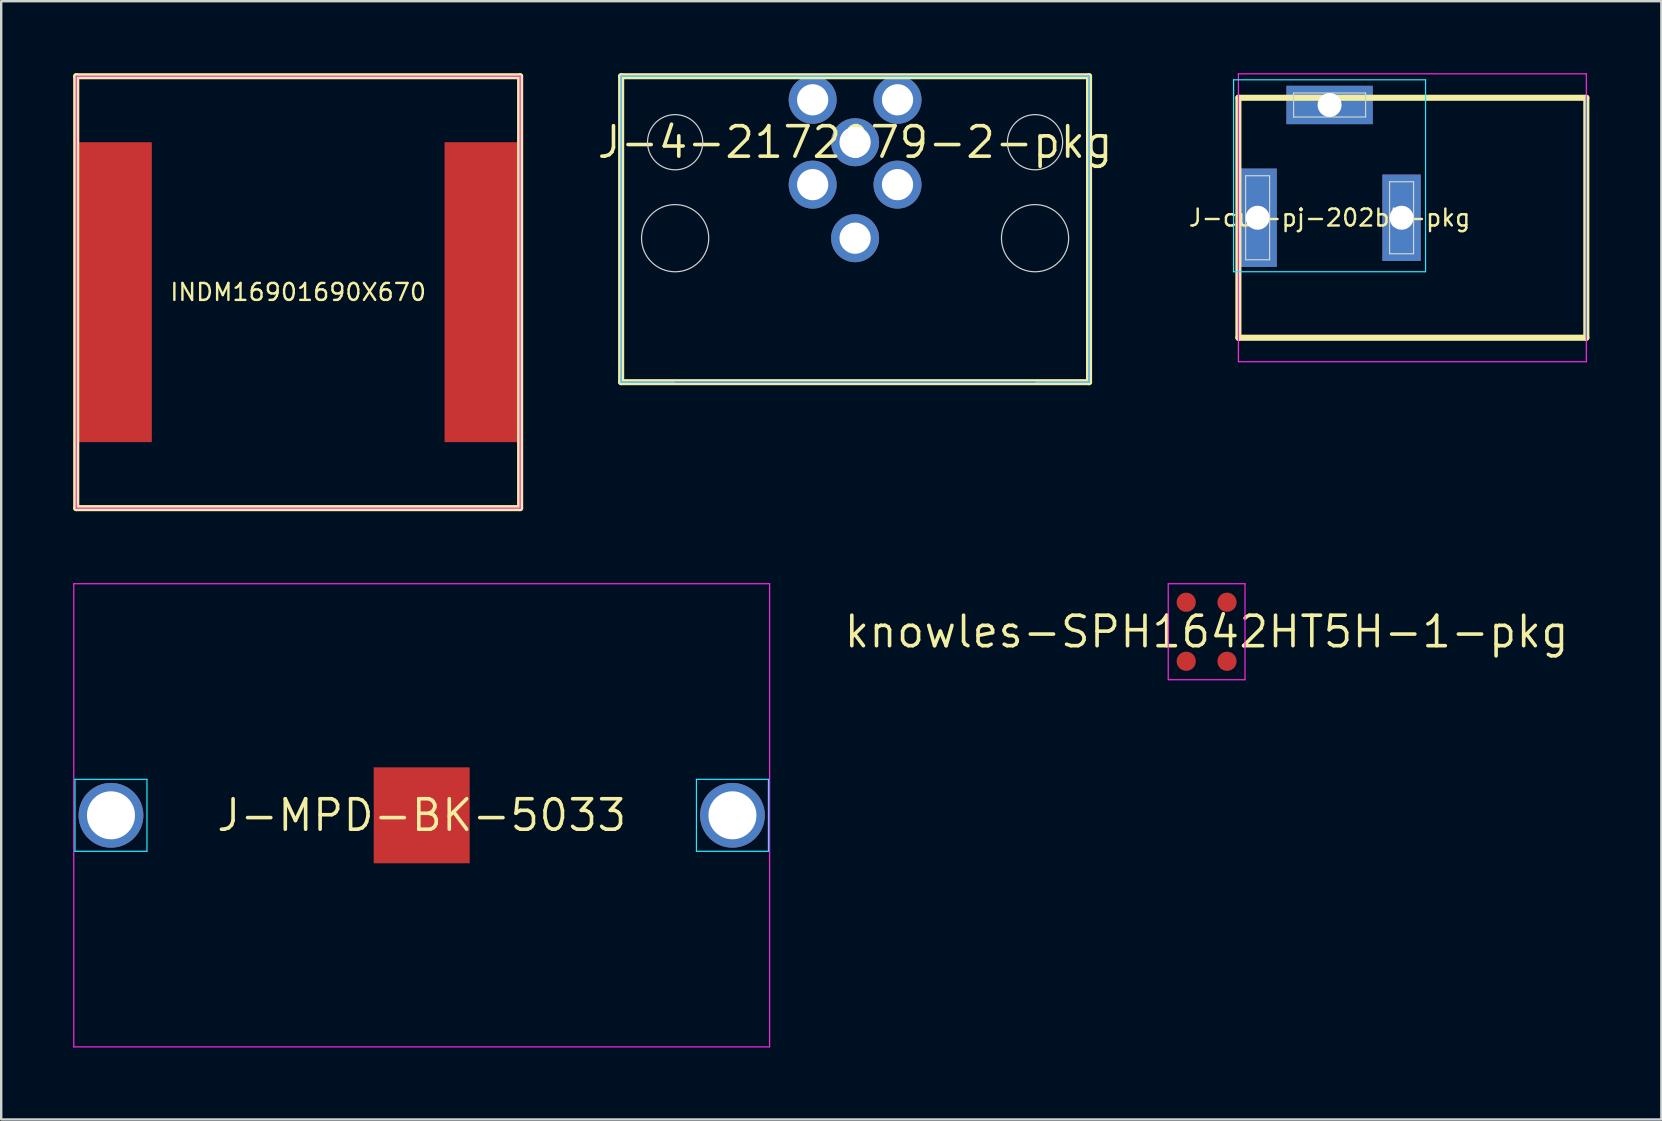
<source format=kicad_pcb>
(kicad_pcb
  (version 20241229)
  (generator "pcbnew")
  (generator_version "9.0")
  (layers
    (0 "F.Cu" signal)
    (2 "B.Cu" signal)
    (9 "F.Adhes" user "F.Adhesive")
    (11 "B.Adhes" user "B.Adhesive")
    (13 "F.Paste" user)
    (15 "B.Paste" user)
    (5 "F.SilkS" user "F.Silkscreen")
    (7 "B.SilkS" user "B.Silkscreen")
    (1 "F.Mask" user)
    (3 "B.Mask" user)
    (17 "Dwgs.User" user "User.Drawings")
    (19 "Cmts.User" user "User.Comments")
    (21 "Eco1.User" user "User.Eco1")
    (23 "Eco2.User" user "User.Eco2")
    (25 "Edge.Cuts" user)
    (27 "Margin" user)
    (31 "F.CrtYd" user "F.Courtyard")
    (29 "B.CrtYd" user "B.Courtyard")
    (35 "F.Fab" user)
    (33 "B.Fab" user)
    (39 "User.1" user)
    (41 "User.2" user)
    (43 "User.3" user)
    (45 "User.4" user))
  (footprint "INDM16901690X670"
    (layer "F.Cu")
    (at 9.377 9.127)
    (property "Reference" "INDM16901690X670" (at 0 0 0) (layer "F.SilkS") (effects (font (size 0.706 0.706) (thickness 0.1))))
    (attr through_hole)
    (fp_line (start -9.25 -9) (end -9.25 9) (stroke (width 0.254) (type solid)) (layer "F.SilkS"))
    (fp_line (start -9.25 9) (end 9.25 9) (stroke (width 0.254) (type solid)) (layer "F.SilkS"))
    (fp_line (start 9.25 -9) (end -9.25 -9) (stroke (width 0.254) (type solid)) (layer "F.SilkS"))
    (fp_line (start 9.25 9) (end 9.25 -9) (stroke (width 0.254) (type solid)) (layer "F.SilkS"))
    (fp_line (start -9.25 -9) (end -9.25 9) (stroke (width 0.05) (type solid)) (layer "F.CrtYd"))
    (fp_line (start -9.25 9) (end 9.25 9) (stroke (width 0.05) (type solid)) (layer "F.CrtYd"))
    (fp_line (start 9.25 -9) (end -9.25 -9) (stroke (width 0.05) (type solid)) (layer "F.CrtYd"))
    (fp_line (start 9.25 9) (end 9.25 -9) (stroke (width 0.05) (type solid)) (layer "F.CrtYd"))
    (pad "1" smd rect (at -7.675 0) (size 3.15 12.5) (layers "F.Cu" "F.Mask" "F.Paste"))
    (pad "2" smd rect (at 7.675 0) (size 3.15 12.5) (layers "F.Cu" "F.Mask" "F.Paste")))
  (footprint "J-4-2172079-2-pkg"
    (layer "F.Cu")
    (at 32.587 2.877)
    (property "Reference" "J-4-2172079-2-pkg" (at 0 0 0) (layer "F.SilkS") (effects (font (size 1.27 1.27) (thickness 0.15))))
    (attr through_hole)
    (fp_line (start -9.75 -2.75) (end -9.75 10) (stroke (width 0.254) (type solid)) (layer "F.SilkS"))
    (fp_line (start -9.75 10) (end 9.75 10) (stroke (width 0.254) (type solid)) (layer "F.SilkS"))
    (fp_line (start 9.75 -2.75) (end -9.75 -2.75) (stroke (width 0.254) (type solid)) (layer "F.SilkS"))
    (fp_line (start 9.75 10) (end 9.75 -2.75) (stroke (width 0.254) (type solid)) (layer "F.SilkS"))
    (fp_line (start -7.5 10) (end 7.5 10) (stroke (width 0.05) (type solid)) (layer "Cmts.User"))
    (fp_circle (center -7.5 0) (end -6.35 0) (stroke (width 0.05) (type solid)) (fill no) (layer "Edge.Cuts"))
    (fp_circle (center -7.5 4) (end -6.1 4) (stroke (width 0.05) (type solid)) (fill no) (layer "Edge.Cuts"))
    (fp_circle (center 7.5 0) (end 8.65 0) (stroke (width 0.05) (type solid)) (fill no) (layer "Edge.Cuts"))
    (fp_circle (center 7.5 4) (end 8.9 4) (stroke (width 0.05) (type solid)) (fill no) (layer "Edge.Cuts"))
    (fp_line (start -9.75 -2.75) (end -9.75 10) (stroke (width 0.05) (type solid)) (layer "B.CrtYd"))
    (fp_line (start -9.75 10) (end 9.75 10) (stroke (width 0.05) (type solid)) (layer "B.CrtYd"))
    (fp_line (start 9.75 -2.75) (end -9.75 -2.75) (stroke (width 0.05) (type solid)) (layer "B.CrtYd"))
    (fp_line (start 9.75 10) (end 9.75 -2.75) (stroke (width 0.05) (type solid)) (layer "B.CrtYd"))
    (fp_line (start -9.75 -2.75) (end -9.75 10) (stroke (width 0.05) (type solid)) (layer "F.CrtYd"))
    (fp_line (start -9.75 10) (end 9.75 10) (stroke (width 0.05) (type solid)) (layer "F.CrtYd"))
    (fp_line (start 9.75 -2.75) (end -9.75 -2.75) (stroke (width 0.05) (type solid)) (layer "F.CrtYd"))
    (fp_line (start 9.75 10) (end 9.75 -2.75) (stroke (width 0.05) (type solid)) (layer "F.CrtYd"))
    (pad "1" thru_hole circle (at -1.768 -1.768) (size 2 2) (drill 1.3) (layers "*.Cu" "*.Mask"))
    (pad "2" thru_hole circle (at 1.768 -1.768) (size 2 2) (drill 1.3) (layers "*.Cu" "*.Mask"))
    (pad "3" thru_hole circle (at 1.768 1.768) (size 2 2) (drill 1.3) (layers "*.Cu" "*.Mask"))
    (pad "4" thru_hole circle (at -1.768 1.768) (size 2 2) (drill 1.3) (layers "*.Cu" "*.Mask"))
    (pad "5" thru_hole circle (at 0 0) (size 2 2) (drill 1.3) (layers "*.Cu" "*.Mask"))
    (pad "6" thru_hole circle (at 0 4) (size 2 2) (drill 1.3) (layers "*.Cu" "*.Mask")))
  (footprint "knowles-SPH1642HT5H-1-pkg"
    (layer "F.Cu")
    (at 47.237 23.279)
    (property "Reference" "knowles-SPH1642HT5H-1-pkg" (at 0 0 0) (layer "F.SilkS") (effects (font (size 1.27 1.27) (thickness 0.15))))
    (attr through_hole)
    (fp_line (start -1.6 -2) (end -1.6 2) (stroke (width 0.05) (type solid)) (layer "F.CrtYd"))
    (fp_line (start -1.6 2) (end 1.6 2) (stroke (width 0.05) (type solid)) (layer "F.CrtYd"))
    (fp_line (start 1.6 -2) (end -1.6 -2) (stroke (width 0.05) (type solid)) (layer "F.CrtYd"))
    (fp_line (start 1.6 2) (end 1.6 -2) (stroke (width 0.05) (type solid)) (layer "F.CrtYd"))
    (pad "1" smd circle (at 0.85 -1.23) (size 0.8 0.8) (layers "F.Cu" "F.Mask" "F.Paste"))
    (pad "2" smd circle (at 0.85 1.23) (size 0.8 0.8) (layers "F.Cu" "F.Mask" "F.Paste"))
    (pad "3" smd circle (at -0.85 1.23) (size 0.8 0.8) (layers "F.Cu" "F.Mask" "F.Paste"))
    (pad "4" smd circle (at -0.85 -1.23) (size 0.8 0.8) (layers "F.Cu" "F.Mask" "F.Paste")))
  (footprint "J-cui-pj-202bh-pkg"
    (layer "F.Cu")
    (at 52.362 6.025)
    (property "Reference" "J-cui-pj-202bh-pkg" (at 0 0 0) (layer "F.SilkS") (effects (font (size 0.706 0.706) (thickness 0.1))))
    (attr through_hole)
    (fp_line (start -3.8 -5) (end -3.8 5) (stroke (width 0.254) (type solid)) (layer "F.SilkS"))
    (fp_line (start -3.8 5) (end 10.7 5) (stroke (width 0.254) (type solid)) (layer "F.SilkS"))
    (fp_line (start 10.7 -5) (end -3.8 -5) (stroke (width 0.254) (type solid)) (layer "F.SilkS"))
    (fp_line (start 10.7 5) (end 10.7 -5) (stroke (width 0.254) (type solid)) (layer "F.SilkS"))
    (fp_line (start 10.7 5) (end 10.7 -5) (stroke (width 0.05) (type solid)) (layer "Cmts.User"))
    (fp_line (start -3.5 -1.75) (end -3.5 1.75) (stroke (width 0.05) (type solid)) (layer "Edge.Cuts"))
    (fp_line (start -3.5 1.75) (end -2.5 1.75) (stroke (width 0.05) (type solid)) (layer "Edge.Cuts"))
    (fp_line (start -2.5 -1.75) (end -3.5 -1.75) (stroke (width 0.05) (type solid)) (layer "Edge.Cuts"))
    (fp_line (start -2.5 1.75) (end -2.5 -1.75) (stroke (width 0.05) (type solid)) (layer "Edge.Cuts"))
    (fp_line (start -1.5 -5.2) (end -1.5 -4.2) (stroke (width 0.05) (type solid)) (layer "Edge.Cuts"))
    (fp_line (start -1.5 -4.2) (end 1.5 -4.2) (stroke (width 0.05) (type solid)) (layer "Edge.Cuts"))
    (fp_line (start 1.5 -5.2) (end -1.5 -5.2) (stroke (width 0.05) (type solid)) (layer "Edge.Cuts"))
    (fp_line (start 1.5 -4.2) (end 1.5 -5.2) (stroke (width 0.05) (type solid)) (layer "Edge.Cuts"))
    (fp_line (start 2.5 -1.5) (end 2.5 1.5) (stroke (width 0.05) (type solid)) (layer "Edge.Cuts"))
    (fp_line (start 2.5 1.5) (end 3.5 1.5) (stroke (width 0.05) (type solid)) (layer "Edge.Cuts"))
    (fp_line (start 3.5 -1.5) (end 2.5 -1.5) (stroke (width 0.05) (type solid)) (layer "Edge.Cuts"))
    (fp_line (start 3.5 1.5) (end 3.5 -1.5) (stroke (width 0.05) (type solid)) (layer "Edge.Cuts"))
    (fp_line (start -4 -5.75) (end -4 2.25) (stroke (width 0.05) (type solid)) (layer "B.CrtYd"))
    (fp_line (start -4 2.25) (end 4 2.25) (stroke (width 0.05) (type solid)) (layer "B.CrtYd"))
    (fp_line (start 4 -5.75) (end -4 -5.75) (stroke (width 0.05) (type solid)) (layer "B.CrtYd"))
    (fp_line (start 4 2.25) (end 4 -5.75) (stroke (width 0.05) (type solid)) (layer "B.CrtYd"))
    (fp_line (start -3.8 -6) (end -3.8 6) (stroke (width 0.05) (type solid)) (layer "F.CrtYd"))
    (fp_line (start -3.8 6) (end 10.7 6) (stroke (width 0.05) (type solid)) (layer "F.CrtYd"))
    (fp_line (start 10.7 -6) (end -3.8 -6) (stroke (width 0.05) (type solid)) (layer "F.CrtYd"))
    (fp_line (start 10.7 6) (end 10.7 -6) (stroke (width 0.05) (type solid)) (layer "F.CrtYd"))
    (pad "1" thru_hole rect (at -3 0 90) (size 4.1 1.6) (drill 1) (layers "*.Cu" "*.Mask"))
    (pad "2" thru_hole rect (at 3 0 90) (size 3.6 1.6) (drill 1) (layers "*.Cu" "*.Mask"))
    (pad "3" thru_hole rect (at 0 -4.7) (size 3.6 1.6) (drill 1) (layers "*.Cu" "*.Mask")))
  (footprint "J-MPD-BK-5033"
    (layer "F.Cu")
    (at 14.525 30.929)
    (property "Reference" "J-MPD-BK-5033" (at 0 0 0) (layer "F.SilkS") (effects (font (size 1.27 1.27) (thickness 0.15))))
    (attr through_hole)
    (fp_line (start -14.45 -1.5) (end -14.45 1.5) (stroke (width 0.05) (type solid)) (layer "B.CrtYd"))
    (fp_line (start -14.45 1.5) (end -11.45 1.5) (stroke (width 0.05) (type solid)) (layer "B.CrtYd"))
    (fp_line (start -11.45 -1.5) (end -14.45 -1.5) (stroke (width 0.05) (type solid)) (layer "B.CrtYd"))
    (fp_line (start -11.45 1.5) (end -11.45 -1.5) (stroke (width 0.05) (type solid)) (layer "B.CrtYd"))
    (fp_line (start 11.45 -1.5) (end 11.45 1.5) (stroke (width 0.05) (type solid)) (layer "B.CrtYd"))
    (fp_line (start 11.45 1.5) (end 14.45 1.5) (stroke (width 0.05) (type solid)) (layer "B.CrtYd"))
    (fp_line (start 14.45 -1.5) (end 11.45 -1.5) (stroke (width 0.05) (type solid)) (layer "B.CrtYd"))
    (fp_line (start 14.45 1.5) (end 14.45 -1.5) (stroke (width 0.05) (type solid)) (layer "B.CrtYd"))
    (fp_line (start -14.5 -9.65) (end -14.5 9.65) (stroke (width 0.05) (type solid)) (layer "F.CrtYd"))
    (fp_line (start -14.5 9.65) (end 14.5 9.65) (stroke (width 0.05) (type solid)) (layer "F.CrtYd"))
    (fp_line (start 14.5 -9.65) (end -14.5 -9.65) (stroke (width 0.05) (type solid)) (layer "F.CrtYd"))
    (fp_line (start 14.5 9.65) (end 14.5 -9.65) (stroke (width 0.05) (type solid)) (layer "F.CrtYd"))
    (pad "1" thru_hole circle (at -12.95 0) (size 2.7 2.7) (drill 2) (layers "*.Cu" "*.Mask"))
    (pad "2" thru_hole circle (at 12.95 0) (size 2.7 2.7) (drill 2) (layers "*.Cu" "*.Mask"))
    (pad "3" smd rect (at 0 0) (size 4 4) (layers "F.Cu" "F.Mask" "F.Paste")))
  (gr_rect
    (start -3 -3)
    (end 66.189 43.604)
    (stroke (width 0.1) (type default))
    (fill no)
    (layer "Edge.Cuts")))
</source>
